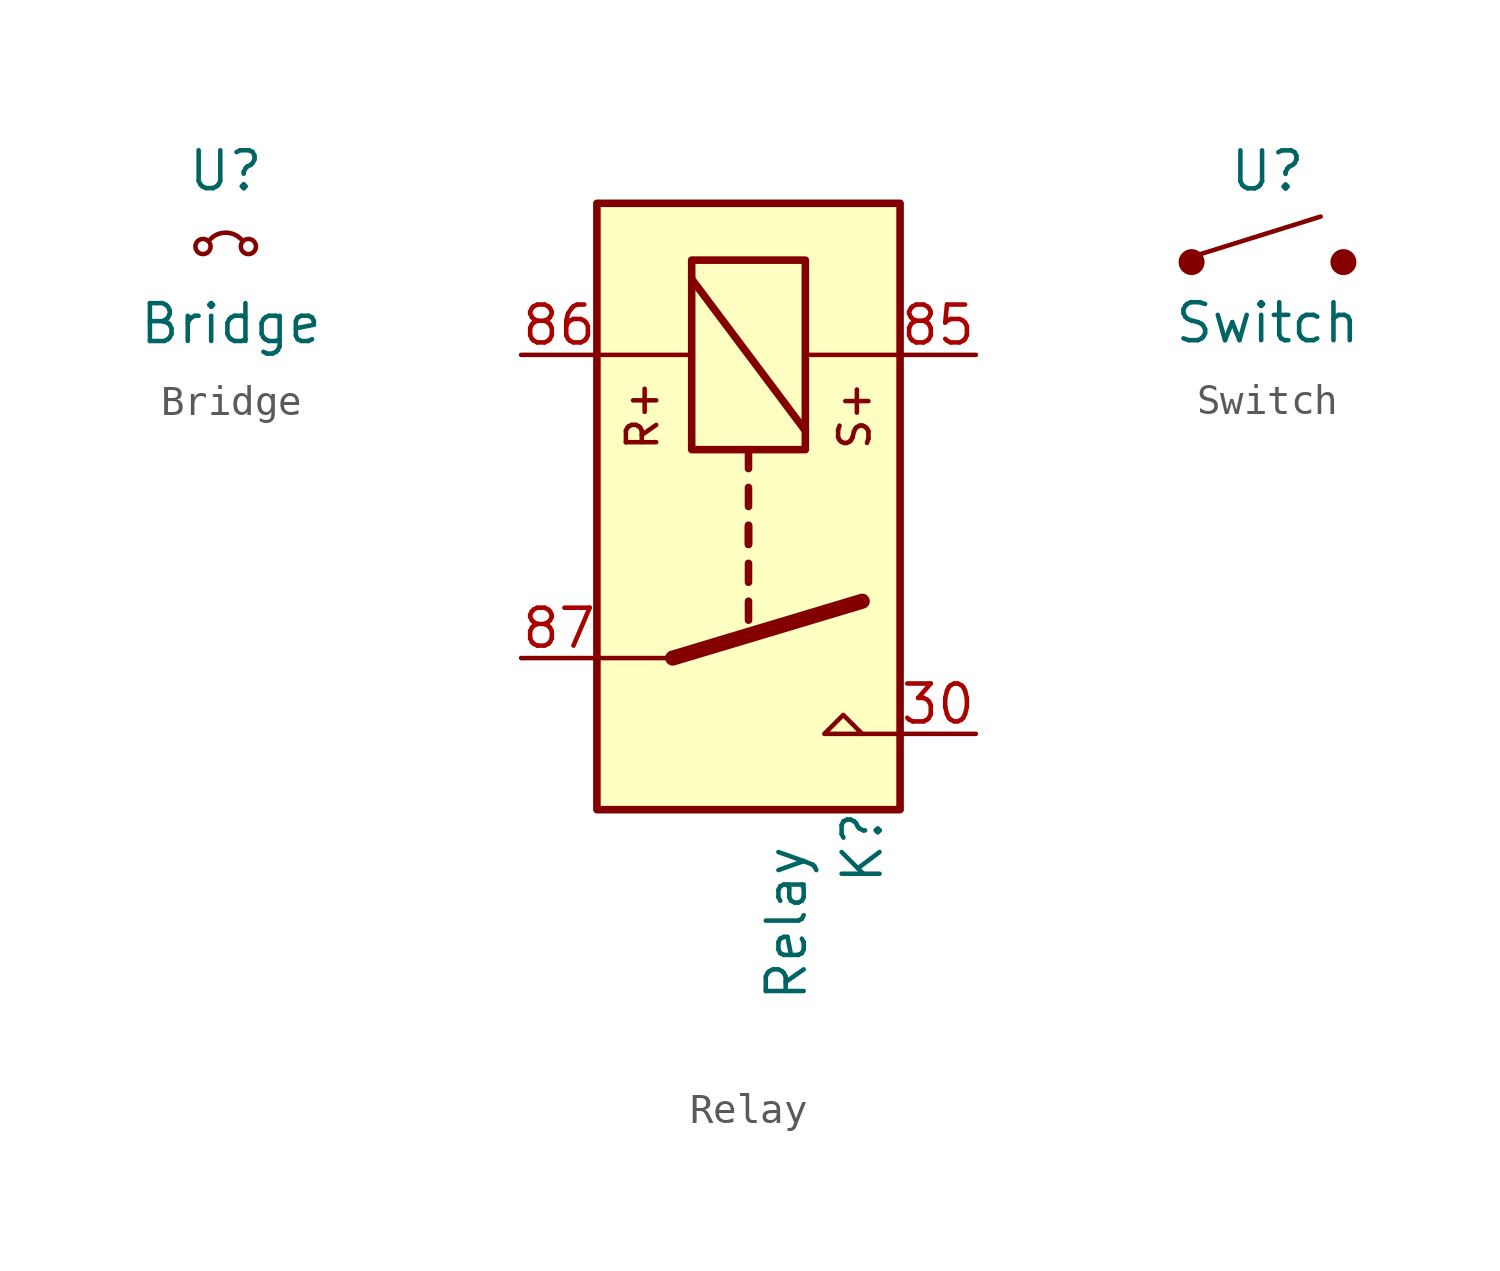
<source format=kicad_sym>
(kicad_symbol_lib
  (version 20220914)
  (generator kicad_symbol_editor)
  (symbol "Bridge"
    (property "Reference" "U"
      (at 0 2.54 0)
      (effects (font (size 1.27 1.27))))
    (property "Value" "Bridge"
      (at 0.178 -2.591 0)
      (effects (font (size 1.27 1.27))))
    (symbol "Bridge_0_1"
      (circle (center -0.762 0) (radius 0.254) (stroke (width 0) (type default)) (fill (type none)))
      (arc (start 0.508 0.254) (mid 0 0.4644) (end -0.508 0.254) (stroke (width 0) (type default)) (fill (type none)))
      (circle (center 0.762 0) (radius 0.254) (stroke (width 0) (type default)) (fill (type none)))))
  (symbol "Relay"
    (property "Reference" "K"
      (at 3.747 -11.57 90)
      (effects (font (size 1.27 1.27))))
    (property "Value" "Relay"
      (at 1.206 -14.11 90)
      (effects (font (size 1.27 1.27))))
    (symbol "Relay_1_1"
      (polyline (pts (xy -5.144 4.94) (xy -1.968 4.94)) (stroke (width 0) (type default)) (fill (type none)))
      (polyline (pts (xy -2.603 -5.22) (xy -5.144 -5.22)) (stroke (width 0) (type default)) (fill (type none)))
      (polyline (pts (xy -2.603 -5.22) (xy 3.747 -3.315)) (stroke (width 0.508) (type default)) (fill (type none)))
      (polyline (pts (xy -1.968 7.48) (xy 1.841 2.4)) (stroke (width 0.254) (type default)) (fill (type none)))
      (polyline (pts (xy -0.064 -3.315) (xy -0.064 -3.95)) (stroke (width 0.254) (type default)) (fill (type none)))
      (polyline (pts (xy -0.064 -2.045) (xy -0.064 -2.68)) (stroke (width 0.254) (type default)) (fill (type none)))
      (polyline (pts (xy -0.064 -0.775) (xy -0.064 -1.41)) (stroke (width 0.254) (type default)) (fill (type none)))
      (polyline (pts (xy -0.064 -0.775) (xy -0.064 -1.41)) (stroke (width 0.254) (type default)) (fill (type none)))
      (polyline (pts (xy -0.064 0.495) (xy -0.064 -0.14)) (stroke (width 0.254) (type default)) (fill (type none)))
      (polyline (pts (xy -0.064 1.765) (xy -0.064 1.13)) (stroke (width 0.254) (type default)) (fill (type none)))
      (polyline (pts (xy 3.747 -7.76) (xy 5.016 -7.76)) (stroke (width 0) (type default)) (fill (type none)))
      (polyline (pts (xy 5.016 4.94) (xy 1.841 4.94)) (stroke (width 0) (type default)) (fill (type none)))
      (polyline (pts (xy 3.747 -7.76) (xy 2.477 -7.76) (xy 3.111 -7.125) (xy 3.747 -7.76)) (stroke (width 0) (type default)) (fill (type none)))
      (rectangle (start 1.841 8.115) (end -1.968 1.765) (stroke (width 0.254) (type default)) (fill (type none)))
      (rectangle (start 5.016 10.02) (end -5.144 -10.3) (stroke (width 0.254) (type default)) (fill (type background)))
      (text "R+" (at -3.619 2.908 900) (effects (font (size 1.016 1.016))))
      (text "S+" (at 3.493 2.908 900) (effects (font (size 1.016 1.016))))
      (pin passive line (at 7.556 -7.76 180) (length 2.54) (name "~" (effects (font (size 1.27 1.27)))) (number "30" (effects (font (size 1.27 1.27)))))
      (pin passive line (at 7.556 4.94 180) (length 2.54) (name "~" (effects (font (size 1.27 1.27)))) (number "85" (effects (font (size 1.27 1.27)))))
      (pin passive line (at -7.684 4.94 0) (length 2.54) (name "~" (effects (font (size 1.27 1.27)))) (number "86" (effects (font (size 1.27 1.27)))))
      (pin passive line (at -7.684 -5.22 0) (length 2.54) (name "~" (effects (font (size 1.27 1.27)))) (number "87" (effects (font (size 1.27 1.27)))))))
  (symbol "Switch"
    (property "Reference" "U"
      (at 0 3.048 0)
      (effects (font (size 1.27 1.27))))
    (property "Value" "Switch"
      (at 0 -2.032 0)
      (effects (font (size 1.27 1.27))))
    (symbol "Switch_0_1"
      (circle (center -2.54 0) (radius 0.359) (stroke (width 0) (type default)) (fill (type outline)))
      (polyline (pts (xy -2.286 0.254) (xy 1.778 1.524)) (stroke (width 0) (type default)) (fill (type none)))
      (circle (center 2.54 0) (radius 0.359) (stroke (width 0) (type default)) (fill (type outline))))
    (symbol "Switch_1_1"
      (pin input line (at -2.54 0 0) (length 0) (name "" (effects (font (size 1.27 1.27)))) (number "" (effects (font (size 1.27 1.27)))))
      (pin input line (at 2.54 0 0) (length 0) (name "" (effects (font (size 1.27 1.27)))) (number "" (effects (font (size 1.27 1.27))))))))
</source>
